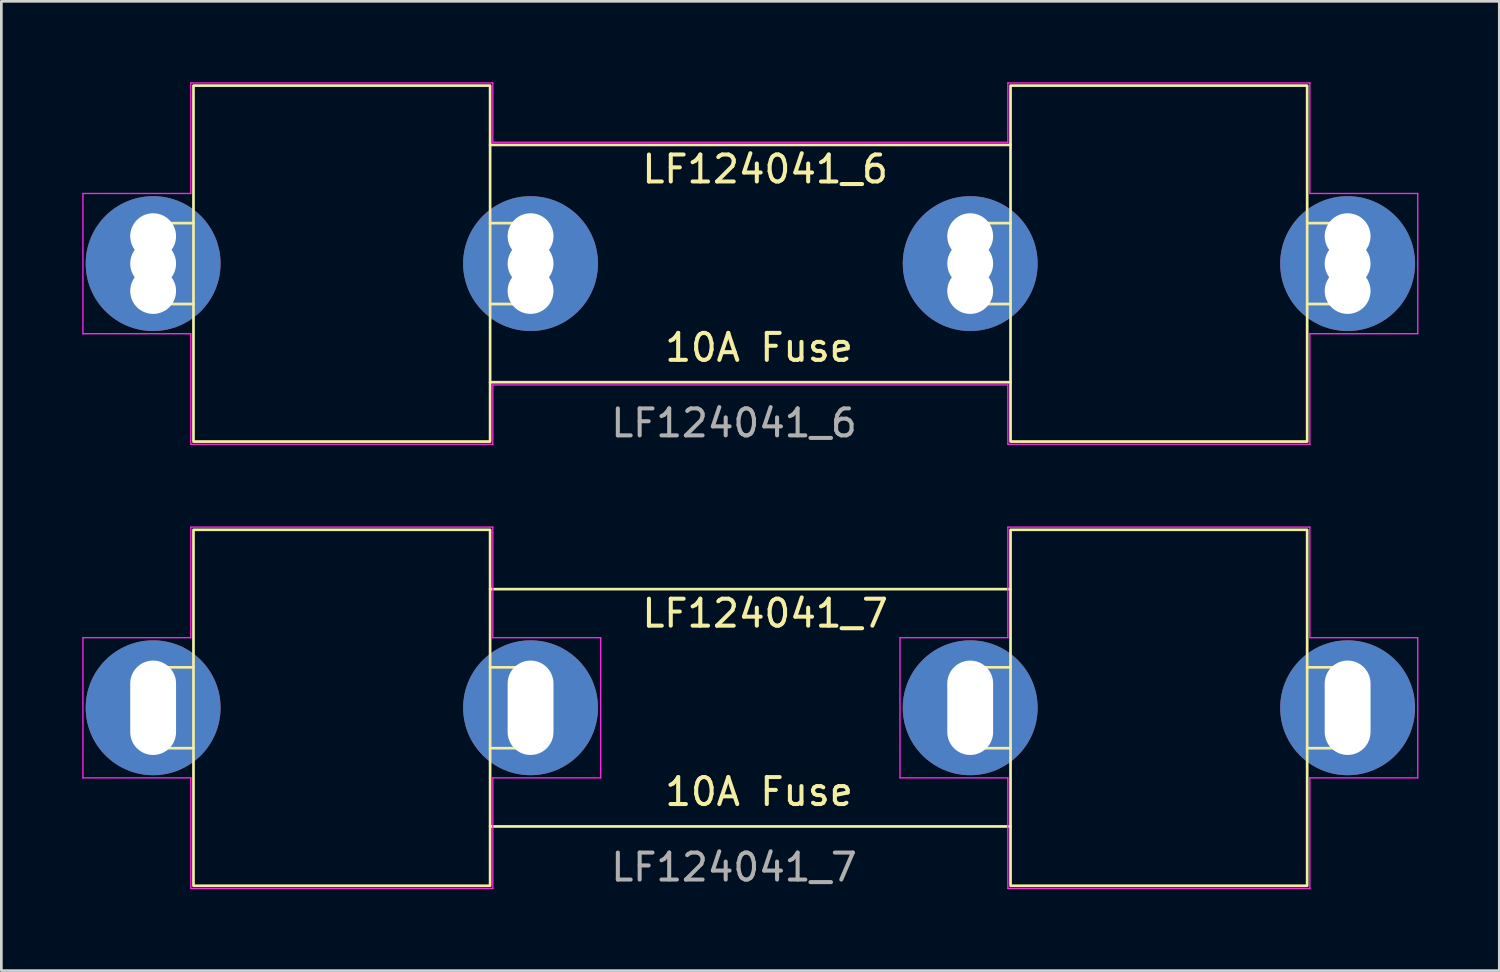
<source format=kicad_pcb>
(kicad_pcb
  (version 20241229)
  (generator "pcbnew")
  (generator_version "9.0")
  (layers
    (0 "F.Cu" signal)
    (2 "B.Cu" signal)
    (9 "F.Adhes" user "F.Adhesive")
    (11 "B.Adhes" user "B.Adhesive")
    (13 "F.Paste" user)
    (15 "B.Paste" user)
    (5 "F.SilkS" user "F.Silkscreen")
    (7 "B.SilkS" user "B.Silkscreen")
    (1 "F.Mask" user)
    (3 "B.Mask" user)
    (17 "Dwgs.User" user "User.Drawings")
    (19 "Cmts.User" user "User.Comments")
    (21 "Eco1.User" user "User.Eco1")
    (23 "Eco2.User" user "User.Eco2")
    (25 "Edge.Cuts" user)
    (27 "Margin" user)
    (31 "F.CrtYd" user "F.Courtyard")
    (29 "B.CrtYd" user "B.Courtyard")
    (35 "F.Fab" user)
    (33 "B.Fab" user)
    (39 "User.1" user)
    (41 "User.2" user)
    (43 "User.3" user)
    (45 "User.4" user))
  (footprint "LF124041_6"
    (layer "F.Cu")
    (at 32.925 6.725)
    (property "Reference" "LF124041_6" (at -7.6 -3.5 0) (unlocked yes) (layer "F.SilkS") (effects (font (size 1 1) (thickness 0.15))))
    (attr through_hole)
    (fp_line (start -30.7 -1.5) (end -30.7 1.5) (stroke (width 0.1) (type default)) (layer "F.SilkS"))
    (fp_line (start -30.7 -1.5) (end -30.7 1.5) (stroke (width 0.1) (type default)) (layer "F.SilkS"))
    (fp_line (start -30.7 -1.5) (end -28.8 -1.5) (stroke (width 0.1) (type default)) (layer "F.SilkS"))
    (fp_line (start -30.7 1.5) (end -28.8 1.5) (stroke (width 0.1) (type default)) (layer "F.SilkS"))
    (fp_line (start -17.8 4.4) (end 1.5 4.4) (stroke (width 0.1) (type default)) (layer "F.SilkS"))
    (fp_line (start -15.9 -1.5) (end -17.8 -1.5) (stroke (width 0.1) (type default)) (layer "F.SilkS"))
    (fp_line (start -15.9 -1.5) (end -15.9 1.5) (stroke (width 0.1) (type default)) (layer "F.SilkS"))
    (fp_line (start -15.9 1.5) (end -17.8 1.5) (stroke (width 0.1) (type default)) (layer "F.SilkS"))
    (fp_line (start -0.4 -1.5) (end -0.4 1.5) (stroke (width 0.1) (type default)) (layer "F.SilkS"))
    (fp_line (start -0.4 -1.5) (end -0.4 1.5) (stroke (width 0.1) (type default)) (layer "F.SilkS"))
    (fp_line (start -0.4 -1.5) (end 1.5 -1.5) (stroke (width 0.1) (type default)) (layer "F.SilkS"))
    (fp_line (start -0.4 1.5) (end 1.5 1.5) (stroke (width 0.1) (type default)) (layer "F.SilkS"))
    (fp_line (start 1.5 -4.4) (end -17.8 -4.4) (stroke (width 0.1) (type default)) (layer "F.SilkS"))
    (fp_line (start 14.4 -1.5) (end 12.5 -1.5) (stroke (width 0.1) (type default)) (layer "F.SilkS"))
    (fp_line (start 14.4 -1.5) (end 14.4 1.5) (stroke (width 0.1) (type default)) (layer "F.SilkS"))
    (fp_line (start 14.4 1.5) (end 12.5 1.5) (stroke (width 0.1) (type default)) (layer "F.SilkS"))
    (fp_rect (start -28.8 -6.6) (end -17.8 6.6) (stroke (width 0.1) (type default)) (fill no) (layer "F.SilkS"))
    (fp_rect (start 1.5 -6.6) (end 12.5 6.6) (stroke (width 0.1) (type default)) (fill no) (layer "F.SilkS"))
    (fp_line (start -32.9 -2.6) (end -28.9 -2.6) (stroke (width 0.05) (type default)) (layer "F.CrtYd"))
    (fp_line (start -32.9 2.6) (end -32.9 -2.6) (stroke (width 0.05) (type default)) (layer "F.CrtYd"))
    (fp_line (start -28.9 -6.7) (end -17.7 -6.7) (stroke (width 0.05) (type default)) (layer "F.CrtYd"))
    (fp_line (start -28.9 -2.6) (end -28.9 -6.7) (stroke (width 0.05) (type default)) (layer "F.CrtYd"))
    (fp_line (start -28.9 2.6) (end -32.9 2.6) (stroke (width 0.05) (type default)) (layer "F.CrtYd"))
    (fp_line (start -28.9 6.7) (end -28.9 2.6) (stroke (width 0.05) (type default)) (layer "F.CrtYd"))
    (fp_line (start -17.7 -6.7) (end -17.7 -4.5) (stroke (width 0.05) (type default)) (layer "F.CrtYd"))
    (fp_line (start -17.7 -4.5) (end 1.4 -4.5) (stroke (width 0.05) (type default)) (layer "F.CrtYd"))
    (fp_line (start -17.7 4.5) (end -17.7 6.7) (stroke (width 0.05) (type default)) (layer "F.CrtYd"))
    (fp_line (start -17.7 4.5) (end 1.4 4.5) (stroke (width 0.05) (type default)) (layer "F.CrtYd"))
    (fp_line (start -17.7 6.7) (end -28.9 6.7) (stroke (width 0.05) (type default)) (layer "F.CrtYd"))
    (fp_line (start 1.4 -6.7) (end 12.6 -6.7) (stroke (width 0.05) (type default)) (layer "F.CrtYd"))
    (fp_line (start 1.4 -4.5) (end 1.4 -6.7) (stroke (width 0.05) (type default)) (layer "F.CrtYd"))
    (fp_line (start 1.4 6.7) (end 1.4 4.5) (stroke (width 0.05) (type default)) (layer "F.CrtYd"))
    (fp_line (start 12.6 -6.7) (end 12.6 -2.6) (stroke (width 0.05) (type default)) (layer "F.CrtYd"))
    (fp_line (start 12.6 -2.6) (end 16.6 -2.6) (stroke (width 0.05) (type default)) (layer "F.CrtYd"))
    (fp_line (start 12.6 2.6) (end 12.6 6.7) (stroke (width 0.05) (type default)) (layer "F.CrtYd"))
    (fp_line (start 12.6 6.7) (end 1.4 6.7) (stroke (width 0.05) (type default)) (layer "F.CrtYd"))
    (fp_line (start 16.6 -2.6) (end 16.6 2.6) (stroke (width 0.05) (type default)) (layer "F.CrtYd"))
    (fp_line (start 16.6 2.6) (end 12.6 2.6) (stroke (width 0.05) (type default)) (layer "F.CrtYd"))
    (fp_text user "10A Fuse" (at -11.4 3.7 0) (unlocked yes) (layer "F.SilkS") (effects (font (size 1 1) (thickness 0.15)) (justify left bottom)))
    (fp_text user "${REFERENCE}" (at -13.4 6.5 0) (unlocked yes) (layer "F.Fab") (effects (font (size 1 1) (thickness 0.15)) (justify left bottom)))
    (pad "1" thru_hole circle (at -30.296 -1.016) (size 1.7 1.7) (drill 1.7) (layers "*.Cu" "*.Mask"))
    (pad "1" thru_hole circle (at -30.296 0) (size 5 5) (drill 1.7) (layers "*.Cu" "*.Mask"))
    (pad "1" thru_hole circle (at -30.296 1.016) (size 1.7 1.7) (drill 1.7) (layers "*.Cu" "*.Mask"))
    (pad "2" thru_hole circle (at -16.3 -1.016) (size 1.7 1.7) (drill 1.7) (layers "*.Cu" "*.Mask"))
    (pad "2" thru_hole circle (at -16.3 0) (size 5 5) (drill 1.7) (layers "*.Cu" "*.Mask"))
    (pad "2" thru_hole circle (at -16.3 1.016) (size 1.7 1.7) (drill 1.7) (layers "*.Cu" "*.Mask"))
    (pad "3" thru_hole circle (at 0.004 -1.016) (size 1.7 1.7) (drill 1.7) (layers "*.Cu" "*.Mask"))
    (pad "3" thru_hole circle (at 0.004 0) (size 5 5) (drill 1.7) (layers "*.Cu" "*.Mask"))
    (pad "3" thru_hole circle (at 0.004 1.016) (size 1.7 1.7) (drill 1.7) (layers "*.Cu" "*.Mask"))
    (pad "4" thru_hole circle (at 14 -1.016) (size 1.7 1.7) (drill 1.7) (layers "*.Cu" "*.Mask"))
    (pad "4" thru_hole circle (at 14 0) (size 5 5) (drill 1.7) (layers "*.Cu" "*.Mask"))
    (pad "4" thru_hole circle (at 14 1.016) (size 1.7 1.7) (drill 1.7) (layers "*.Cu" "*.Mask")))
  (footprint "LF124041_7"
    (layer "F.Cu")
    (at 32.925 23.197)
    (property "Reference" "LF124041_7" (at -7.6 -3.5 0) (unlocked yes) (layer "F.SilkS") (effects (font (size 1 1) (thickness 0.15))))
    (attr through_hole)
    (fp_line (start -30.7 -1.5) (end -30.7 1.5) (stroke (width 0.1) (type default)) (layer "F.SilkS"))
    (fp_line (start -30.7 -1.5) (end -30.7 1.5) (stroke (width 0.1) (type default)) (layer "F.SilkS"))
    (fp_line (start -30.7 -1.5) (end -28.8 -1.5) (stroke (width 0.1) (type default)) (layer "F.SilkS"))
    (fp_line (start -30.7 1.5) (end -28.8 1.5) (stroke (width 0.1) (type default)) (layer "F.SilkS"))
    (fp_line (start -17.8 4.4) (end 1.5 4.4) (stroke (width 0.1) (type default)) (layer "F.SilkS"))
    (fp_line (start -15.9 -1.5) (end -17.8 -1.5) (stroke (width 0.1) (type default)) (layer "F.SilkS"))
    (fp_line (start -15.9 -1.5) (end -15.9 1.5) (stroke (width 0.1) (type default)) (layer "F.SilkS"))
    (fp_line (start -15.9 1.5) (end -17.8 1.5) (stroke (width 0.1) (type default)) (layer "F.SilkS"))
    (fp_line (start -0.4 -1.5) (end -0.4 1.5) (stroke (width 0.1) (type default)) (layer "F.SilkS"))
    (fp_line (start -0.4 -1.5) (end -0.4 1.5) (stroke (width 0.1) (type default)) (layer "F.SilkS"))
    (fp_line (start -0.4 -1.5) (end 1.5 -1.5) (stroke (width 0.1) (type default)) (layer "F.SilkS"))
    (fp_line (start -0.4 1.5) (end 1.5 1.5) (stroke (width 0.1) (type default)) (layer "F.SilkS"))
    (fp_line (start 1.5 -4.4) (end -17.8 -4.4) (stroke (width 0.1) (type default)) (layer "F.SilkS"))
    (fp_line (start 14.4 -1.5) (end 12.5 -1.5) (stroke (width 0.1) (type default)) (layer "F.SilkS"))
    (fp_line (start 14.4 -1.5) (end 14.4 1.5) (stroke (width 0.1) (type default)) (layer "F.SilkS"))
    (fp_line (start 14.4 1.5) (end 12.5 1.5) (stroke (width 0.1) (type default)) (layer "F.SilkS"))
    (fp_rect (start -28.8 -6.6) (end -17.8 6.6) (stroke (width 0.1) (type default)) (fill no) (layer "F.SilkS"))
    (fp_rect (start 1.5 -6.6) (end 12.5 6.6) (stroke (width 0.1) (type default)) (fill no) (layer "F.SilkS"))
    (fp_line (start -32.9 -2.6) (end -28.9 -2.6) (stroke (width 0.05) (type default)) (layer "F.CrtYd"))
    (fp_line (start -32.9 2.6) (end -32.9 -2.6) (stroke (width 0.05) (type default)) (layer "F.CrtYd"))
    (fp_line (start -28.9 -6.7) (end -17.7 -6.7) (stroke (width 0.05) (type default)) (layer "F.CrtYd"))
    (fp_line (start -28.9 -2.6) (end -28.9 -6.7) (stroke (width 0.05) (type default)) (layer "F.CrtYd"))
    (fp_line (start -28.9 2.6) (end -32.9 2.6) (stroke (width 0.05) (type default)) (layer "F.CrtYd"))
    (fp_line (start -28.9 6.7) (end -28.9 2.6) (stroke (width 0.05) (type default)) (layer "F.CrtYd"))
    (fp_line (start -17.7 -6.7) (end -17.7 -2.6) (stroke (width 0.05) (type default)) (layer "F.CrtYd"))
    (fp_line (start -17.7 -2.6) (end -13.7 -2.6) (stroke (width 0.05) (type default)) (layer "F.CrtYd"))
    (fp_line (start -17.7 2.6) (end -17.7 6.7) (stroke (width 0.05) (type default)) (layer "F.CrtYd"))
    (fp_line (start -17.7 6.7) (end -28.9 6.7) (stroke (width 0.05) (type default)) (layer "F.CrtYd"))
    (fp_line (start -13.7 -2.6) (end -13.7 2.6) (stroke (width 0.05) (type default)) (layer "F.CrtYd"))
    (fp_line (start -13.7 2.6) (end -17.7 2.6) (stroke (width 0.05) (type default)) (layer "F.CrtYd"))
    (fp_line (start -2.6 -2.6) (end 1.4 -2.6) (stroke (width 0.05) (type default)) (layer "F.CrtYd"))
    (fp_line (start -2.6 2.6) (end -2.6 -2.6) (stroke (width 0.05) (type default)) (layer "F.CrtYd"))
    (fp_line (start 1.4 -6.7) (end 12.6 -6.7) (stroke (width 0.05) (type default)) (layer "F.CrtYd"))
    (fp_line (start 1.4 -2.6) (end 1.4 -6.7) (stroke (width 0.05) (type default)) (layer "F.CrtYd"))
    (fp_line (start 1.4 2.6) (end -2.6 2.6) (stroke (width 0.05) (type default)) (layer "F.CrtYd"))
    (fp_line (start 1.4 6.7) (end 1.4 2.6) (stroke (width 0.05) (type default)) (layer "F.CrtYd"))
    (fp_line (start 12.6 -6.7) (end 12.6 -2.6) (stroke (width 0.05) (type default)) (layer "F.CrtYd"))
    (fp_line (start 12.6 -2.6) (end 16.6 -2.6) (stroke (width 0.05) (type default)) (layer "F.CrtYd"))
    (fp_line (start 12.6 2.6) (end 12.6 6.7) (stroke (width 0.05) (type default)) (layer "F.CrtYd"))
    (fp_line (start 12.6 6.7) (end 1.4 6.7) (stroke (width 0.05) (type default)) (layer "F.CrtYd"))
    (fp_line (start 16.6 -2.6) (end 16.6 2.6) (stroke (width 0.05) (type default)) (layer "F.CrtYd"))
    (fp_line (start 16.6 2.6) (end 12.6 2.6) (stroke (width 0.05) (type default)) (layer "F.CrtYd"))
    (fp_text user "10A Fuse" (at -11.4 3.7 0) (unlocked yes) (layer "F.SilkS") (effects (font (size 1 1) (thickness 0.15)) (justify left bottom)))
    (fp_text user "${REFERENCE}" (at -13.4 6.5 0) (unlocked yes) (layer "F.Fab") (effects (font (size 1 1) (thickness 0.15)) (justify left bottom)))
    (pad "1" thru_hole circle (at -30.296 0) (size 5 5) (drill oval 1.7 3.5) (layers "*.Cu" "*.Mask"))
    (pad "2" thru_hole circle (at -16.3 0) (size 5 5) (drill oval 1.7 3.5) (layers "*.Cu" "*.Mask"))
    (pad "3" thru_hole circle (at 0.004 0) (size 5 5) (drill oval 1.7 3.5) (layers "*.Cu" "*.Mask"))
    (pad "4" thru_hole circle (at 14 0) (size 5 5) (drill oval 1.7 3.5) (layers "*.Cu" "*.Mask")))
  (gr_rect
    (start -3 -3)
    (end 52.55 32.943)
    (stroke (width 0.1) (type default))
    (fill no)
    (layer "Edge.Cuts")))
</source>
